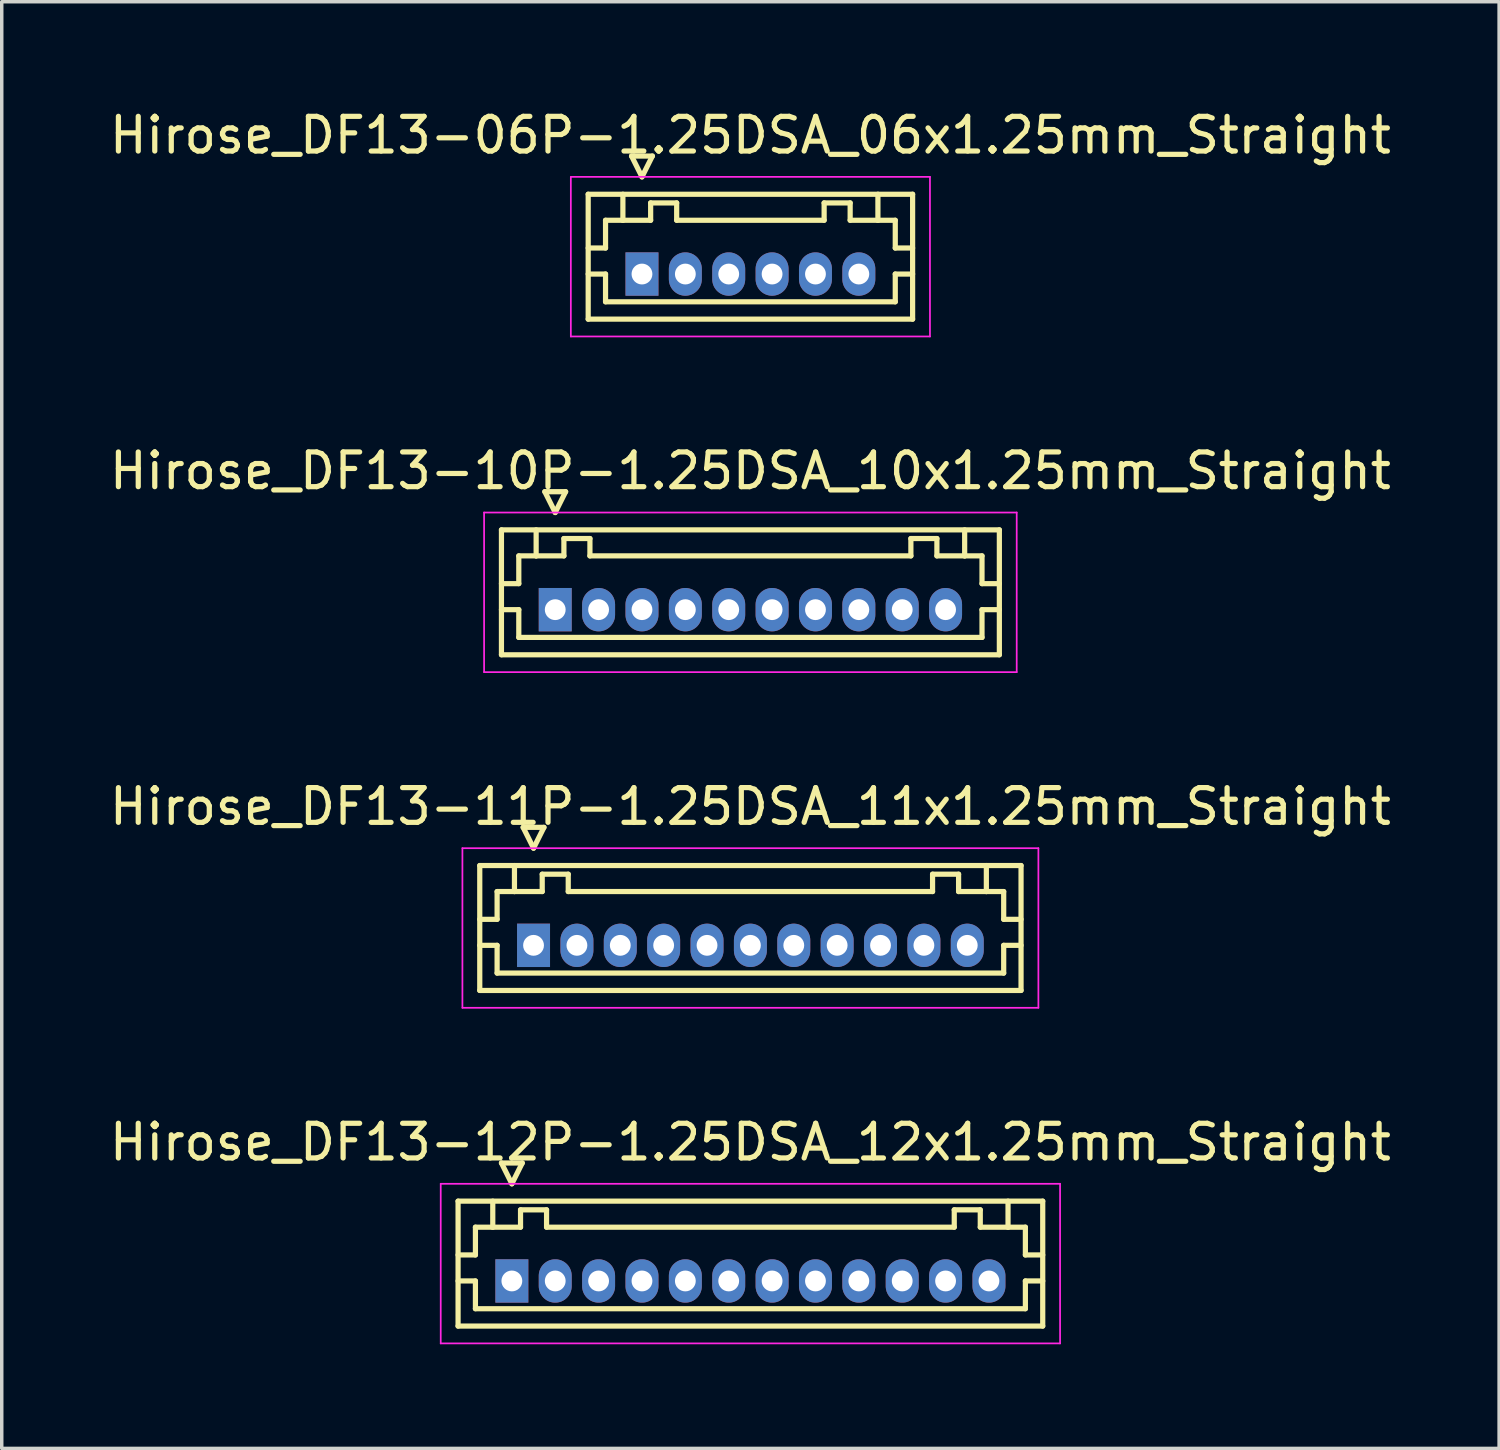
<source format=kicad_pcb>
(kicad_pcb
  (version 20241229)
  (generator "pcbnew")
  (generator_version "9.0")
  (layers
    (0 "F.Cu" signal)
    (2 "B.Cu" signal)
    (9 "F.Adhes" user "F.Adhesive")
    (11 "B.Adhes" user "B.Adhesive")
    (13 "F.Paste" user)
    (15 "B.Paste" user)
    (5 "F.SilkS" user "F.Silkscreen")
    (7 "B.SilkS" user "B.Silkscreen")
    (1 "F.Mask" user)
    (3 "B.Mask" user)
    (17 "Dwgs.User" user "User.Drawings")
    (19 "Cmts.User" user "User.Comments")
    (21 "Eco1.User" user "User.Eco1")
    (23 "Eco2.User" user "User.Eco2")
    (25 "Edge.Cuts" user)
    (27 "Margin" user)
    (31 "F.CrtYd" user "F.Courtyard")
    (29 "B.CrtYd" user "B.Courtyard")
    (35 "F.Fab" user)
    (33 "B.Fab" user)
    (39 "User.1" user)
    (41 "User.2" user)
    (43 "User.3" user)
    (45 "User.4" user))
  (footprint "Hirose_DF13-12P-1.25DSA_12x1.25mm_Straight"
    (layer "F.Cu")
    (at 11.702 33.868)
    (property "Reference" "Hirose_DF13-12P-1.25DSA_12x1.25mm_Straight" (at 6.875 -4 0) (layer "F.SilkS") (effects (font (size 1 1) (thickness 0.15))))
    (attr through_hole)
    (fp_line (start -1.55 -2.3) (end -1.55 1.3) (stroke (width 0.15) (type solid)) (layer "F.SilkS"))
    (fp_line (start -1.55 -0.75) (end -1.05 -0.75) (stroke (width 0.15) (type solid)) (layer "F.SilkS"))
    (fp_line (start -1.55 0) (end -1.05 0) (stroke (width 0.15) (type solid)) (layer "F.SilkS"))
    (fp_line (start -1.55 1.3) (end 15.3 1.3) (stroke (width 0.15) (type solid)) (layer "F.SilkS"))
    (fp_line (start -1.05 -1.55) (end -0.55 -1.55) (stroke (width 0.15) (type solid)) (layer "F.SilkS"))
    (fp_line (start -1.05 -0.75) (end -1.05 -1.55) (stroke (width 0.15) (type solid)) (layer "F.SilkS"))
    (fp_line (start -1.05 0) (end -1.05 0.8) (stroke (width 0.15) (type solid)) (layer "F.SilkS"))
    (fp_line (start -1.05 0.8) (end 14.8 0.8) (stroke (width 0.15) (type solid)) (layer "F.SilkS"))
    (fp_line (start -0.55 -1.55) (end -0.55 -2.3) (stroke (width 0.15) (type solid)) (layer "F.SilkS"))
    (fp_line (start -0.55 -1.55) (end 0.25 -1.55) (stroke (width 0.15) (type solid)) (layer "F.SilkS"))
    (fp_line (start -0.3 -3.4) (end 0.3 -3.4) (stroke (width 0.15) (type solid)) (layer "F.SilkS"))
    (fp_line (start 0 -2.8) (end -0.3 -3.4) (stroke (width 0.15) (type solid)) (layer "F.SilkS"))
    (fp_line (start 0.25 -2.05) (end 1 -2.05) (stroke (width 0.15) (type solid)) (layer "F.SilkS"))
    (fp_line (start 0.25 -1.55) (end 0.25 -2.05) (stroke (width 0.15) (type solid)) (layer "F.SilkS"))
    (fp_line (start 0.3 -3.4) (end 0 -2.8) (stroke (width 0.15) (type solid)) (layer "F.SilkS"))
    (fp_line (start 1 -2.05) (end 1 -1.55) (stroke (width 0.15) (type solid)) (layer "F.SilkS"))
    (fp_line (start 1 -1.55) (end 12.75 -1.55) (stroke (width 0.15) (type solid)) (layer "F.SilkS"))
    (fp_line (start 12.75 -2.05) (end 13.5 -2.05) (stroke (width 0.15) (type solid)) (layer "F.SilkS"))
    (fp_line (start 12.75 -1.55) (end 12.75 -2.05) (stroke (width 0.15) (type solid)) (layer "F.SilkS"))
    (fp_line (start 13.5 -2.05) (end 13.5 -1.55) (stroke (width 0.15) (type solid)) (layer "F.SilkS"))
    (fp_line (start 13.5 -1.55) (end 14.3 -1.55) (stroke (width 0.15) (type solid)) (layer "F.SilkS"))
    (fp_line (start 14.3 -1.55) (end 14.3 -2.3) (stroke (width 0.15) (type solid)) (layer "F.SilkS"))
    (fp_line (start 14.8 -1.55) (end 14.3 -1.55) (stroke (width 0.15) (type solid)) (layer "F.SilkS"))
    (fp_line (start 14.8 -0.75) (end 14.8 -1.55) (stroke (width 0.15) (type solid)) (layer "F.SilkS"))
    (fp_line (start 14.8 0) (end 15.3 0) (stroke (width 0.15) (type solid)) (layer "F.SilkS"))
    (fp_line (start 14.8 0.8) (end 14.8 0) (stroke (width 0.15) (type solid)) (layer "F.SilkS"))
    (fp_line (start 15.3 -2.3) (end -1.55 -2.3) (stroke (width 0.15) (type solid)) (layer "F.SilkS"))
    (fp_line (start 15.3 -0.75) (end 14.8 -0.75) (stroke (width 0.15) (type solid)) (layer "F.SilkS"))
    (fp_line (start 15.3 1.3) (end 15.3 -2.3) (stroke (width 0.15) (type solid)) (layer "F.SilkS"))
    (fp_line (start -2.05 -2.8) (end -2.05 1.8) (stroke (width 0.05) (type solid)) (layer "F.CrtYd"))
    (fp_line (start -2.05 1.8) (end 15.8 1.8) (stroke (width 0.05) (type solid)) (layer "F.CrtYd"))
    (fp_line (start 15.8 -2.8) (end -2.05 -2.8) (stroke (width 0.05) (type solid)) (layer "F.CrtYd"))
    (fp_line (start 15.8 1.8) (end 15.8 -2.8) (stroke (width 0.05) (type solid)) (layer "F.CrtYd"))
    (pad "1" thru_hole rect (at 0 0) (size 0.95 1.25) (drill 0.6) (layers "*.Cu" "*.Mask"))
    (pad "2" thru_hole oval (at 1.25 0) (size 0.95 1.25) (drill 0.6) (layers "*.Cu" "*.Mask"))
    (pad "3" thru_hole oval (at 2.5 0) (size 0.95 1.25) (drill 0.6) (layers "*.Cu" "*.Mask"))
    (pad "4" thru_hole oval (at 3.75 0) (size 0.95 1.25) (drill 0.6) (layers "*.Cu" "*.Mask"))
    (pad "5" thru_hole oval (at 5 0) (size 0.95 1.25) (drill 0.6) (layers "*.Cu" "*.Mask"))
    (pad "6" thru_hole oval (at 6.25 0) (size 0.95 1.25) (drill 0.6) (layers "*.Cu" "*.Mask"))
    (pad "7" thru_hole oval (at 7.5 0) (size 0.95 1.25) (drill 0.6) (layers "*.Cu" "*.Mask"))
    (pad "8" thru_hole oval (at 8.75 0) (size 0.95 1.25) (drill 0.6) (layers "*.Cu" "*.Mask"))
    (pad "9" thru_hole oval (at 10 0) (size 0.95 1.25) (drill 0.6) (layers "*.Cu" "*.Mask"))
    (pad "10" thru_hole oval (at 11.25 0) (size 0.95 1.25) (drill 0.6) (layers "*.Cu" "*.Mask"))
    (pad "11" thru_hole oval (at 12.5 0) (size 0.95 1.25) (drill 0.6) (layers "*.Cu" "*.Mask"))
    (pad "12" thru_hole oval (at 13.75 0) (size 0.95 1.25) (drill 0.6) (layers "*.Cu" "*.Mask")))
  (footprint "Hirose_DF13-06P-1.25DSA_06x1.25mm_Straight"
    (layer "F.Cu")
    (at 15.452 4.848)
    (property "Reference" "Hirose_DF13-06P-1.25DSA_06x1.25mm_Straight" (at 3.125 -4 0) (layer "F.SilkS") (effects (font (size 1 1) (thickness 0.15))))
    (attr through_hole)
    (fp_line (start -1.55 -2.3) (end -1.55 1.3) (stroke (width 0.15) (type solid)) (layer "F.SilkS"))
    (fp_line (start -1.55 -0.75) (end -1.05 -0.75) (stroke (width 0.15) (type solid)) (layer "F.SilkS"))
    (fp_line (start -1.55 0) (end -1.05 0) (stroke (width 0.15) (type solid)) (layer "F.SilkS"))
    (fp_line (start -1.55 1.3) (end 7.8 1.3) (stroke (width 0.15) (type solid)) (layer "F.SilkS"))
    (fp_line (start -1.05 -1.55) (end -0.55 -1.55) (stroke (width 0.15) (type solid)) (layer "F.SilkS"))
    (fp_line (start -1.05 -0.75) (end -1.05 -1.55) (stroke (width 0.15) (type solid)) (layer "F.SilkS"))
    (fp_line (start -1.05 0) (end -1.05 0.8) (stroke (width 0.15) (type solid)) (layer "F.SilkS"))
    (fp_line (start -1.05 0.8) (end 7.3 0.8) (stroke (width 0.15) (type solid)) (layer "F.SilkS"))
    (fp_line (start -0.55 -1.55) (end -0.55 -2.3) (stroke (width 0.15) (type solid)) (layer "F.SilkS"))
    (fp_line (start -0.55 -1.55) (end 0.25 -1.55) (stroke (width 0.15) (type solid)) (layer "F.SilkS"))
    (fp_line (start -0.3 -3.4) (end 0.3 -3.4) (stroke (width 0.15) (type solid)) (layer "F.SilkS"))
    (fp_line (start 0 -2.8) (end -0.3 -3.4) (stroke (width 0.15) (type solid)) (layer "F.SilkS"))
    (fp_line (start 0.25 -2.05) (end 1 -2.05) (stroke (width 0.15) (type solid)) (layer "F.SilkS"))
    (fp_line (start 0.25 -1.55) (end 0.25 -2.05) (stroke (width 0.15) (type solid)) (layer "F.SilkS"))
    (fp_line (start 0.3 -3.4) (end 0 -2.8) (stroke (width 0.15) (type solid)) (layer "F.SilkS"))
    (fp_line (start 1 -2.05) (end 1 -1.55) (stroke (width 0.15) (type solid)) (layer "F.SilkS"))
    (fp_line (start 1 -1.55) (end 5.25 -1.55) (stroke (width 0.15) (type solid)) (layer "F.SilkS"))
    (fp_line (start 5.25 -2.05) (end 6 -2.05) (stroke (width 0.15) (type solid)) (layer "F.SilkS"))
    (fp_line (start 5.25 -1.55) (end 5.25 -2.05) (stroke (width 0.15) (type solid)) (layer "F.SilkS"))
    (fp_line (start 6 -2.05) (end 6 -1.55) (stroke (width 0.15) (type solid)) (layer "F.SilkS"))
    (fp_line (start 6 -1.55) (end 6.8 -1.55) (stroke (width 0.15) (type solid)) (layer "F.SilkS"))
    (fp_line (start 6.8 -1.55) (end 6.8 -2.3) (stroke (width 0.15) (type solid)) (layer "F.SilkS"))
    (fp_line (start 7.3 -1.55) (end 6.8 -1.55) (stroke (width 0.15) (type solid)) (layer "F.SilkS"))
    (fp_line (start 7.3 -0.75) (end 7.3 -1.55) (stroke (width 0.15) (type solid)) (layer "F.SilkS"))
    (fp_line (start 7.3 0) (end 7.8 0) (stroke (width 0.15) (type solid)) (layer "F.SilkS"))
    (fp_line (start 7.3 0.8) (end 7.3 0) (stroke (width 0.15) (type solid)) (layer "F.SilkS"))
    (fp_line (start 7.8 -2.3) (end -1.55 -2.3) (stroke (width 0.15) (type solid)) (layer "F.SilkS"))
    (fp_line (start 7.8 -0.75) (end 7.3 -0.75) (stroke (width 0.15) (type solid)) (layer "F.SilkS"))
    (fp_line (start 7.8 1.3) (end 7.8 -2.3) (stroke (width 0.15) (type solid)) (layer "F.SilkS"))
    (fp_line (start -2.05 -2.8) (end -2.05 1.8) (stroke (width 0.05) (type solid)) (layer "F.CrtYd"))
    (fp_line (start -2.05 1.8) (end 8.3 1.8) (stroke (width 0.05) (type solid)) (layer "F.CrtYd"))
    (fp_line (start 8.3 -2.8) (end -2.05 -2.8) (stroke (width 0.05) (type solid)) (layer "F.CrtYd"))
    (fp_line (start 8.3 1.8) (end 8.3 -2.8) (stroke (width 0.05) (type solid)) (layer "F.CrtYd"))
    (pad "1" thru_hole rect (at 0 0) (size 0.95 1.25) (drill 0.6) (layers "*.Cu" "*.Mask"))
    (pad "2" thru_hole oval (at 1.25 0) (size 0.95 1.25) (drill 0.6) (layers "*.Cu" "*.Mask"))
    (pad "3" thru_hole oval (at 2.5 0) (size 0.95 1.25) (drill 0.6) (layers "*.Cu" "*.Mask"))
    (pad "4" thru_hole oval (at 3.75 0) (size 0.95 1.25) (drill 0.6) (layers "*.Cu" "*.Mask"))
    (pad "5" thru_hole oval (at 5 0) (size 0.95 1.25) (drill 0.6) (layers "*.Cu" "*.Mask"))
    (pad "6" thru_hole oval (at 6.25 0) (size 0.95 1.25) (drill 0.6) (layers "*.Cu" "*.Mask")))
  (footprint "Hirose_DF13-10P-1.25DSA_10x1.25mm_Straight"
    (layer "F.Cu")
    (at 12.952 14.521)
    (property "Reference" "Hirose_DF13-10P-1.25DSA_10x1.25mm_Straight" (at 5.625 -4 0) (layer "F.SilkS") (effects (font (size 1 1) (thickness 0.15))))
    (attr through_hole)
    (fp_line (start -1.55 -2.3) (end -1.55 1.3) (stroke (width 0.15) (type solid)) (layer "F.SilkS"))
    (fp_line (start -1.55 -0.75) (end -1.05 -0.75) (stroke (width 0.15) (type solid)) (layer "F.SilkS"))
    (fp_line (start -1.55 0) (end -1.05 0) (stroke (width 0.15) (type solid)) (layer "F.SilkS"))
    (fp_line (start -1.55 1.3) (end 12.8 1.3) (stroke (width 0.15) (type solid)) (layer "F.SilkS"))
    (fp_line (start -1.05 -1.55) (end -0.55 -1.55) (stroke (width 0.15) (type solid)) (layer "F.SilkS"))
    (fp_line (start -1.05 -0.75) (end -1.05 -1.55) (stroke (width 0.15) (type solid)) (layer "F.SilkS"))
    (fp_line (start -1.05 0) (end -1.05 0.8) (stroke (width 0.15) (type solid)) (layer "F.SilkS"))
    (fp_line (start -1.05 0.8) (end 12.3 0.8) (stroke (width 0.15) (type solid)) (layer "F.SilkS"))
    (fp_line (start -0.55 -1.55) (end -0.55 -2.3) (stroke (width 0.15) (type solid)) (layer "F.SilkS"))
    (fp_line (start -0.55 -1.55) (end 0.25 -1.55) (stroke (width 0.15) (type solid)) (layer "F.SilkS"))
    (fp_line (start -0.3 -3.4) (end 0.3 -3.4) (stroke (width 0.15) (type solid)) (layer "F.SilkS"))
    (fp_line (start 0 -2.8) (end -0.3 -3.4) (stroke (width 0.15) (type solid)) (layer "F.SilkS"))
    (fp_line (start 0.25 -2.05) (end 1 -2.05) (stroke (width 0.15) (type solid)) (layer "F.SilkS"))
    (fp_line (start 0.25 -1.55) (end 0.25 -2.05) (stroke (width 0.15) (type solid)) (layer "F.SilkS"))
    (fp_line (start 0.3 -3.4) (end 0 -2.8) (stroke (width 0.15) (type solid)) (layer "F.SilkS"))
    (fp_line (start 1 -2.05) (end 1 -1.55) (stroke (width 0.15) (type solid)) (layer "F.SilkS"))
    (fp_line (start 1 -1.55) (end 10.25 -1.55) (stroke (width 0.15) (type solid)) (layer "F.SilkS"))
    (fp_line (start 10.25 -2.05) (end 11 -2.05) (stroke (width 0.15) (type solid)) (layer "F.SilkS"))
    (fp_line (start 10.25 -1.55) (end 10.25 -2.05) (stroke (width 0.15) (type solid)) (layer "F.SilkS"))
    (fp_line (start 11 -2.05) (end 11 -1.55) (stroke (width 0.15) (type solid)) (layer "F.SilkS"))
    (fp_line (start 11 -1.55) (end 11.8 -1.55) (stroke (width 0.15) (type solid)) (layer "F.SilkS"))
    (fp_line (start 11.8 -1.55) (end 11.8 -2.3) (stroke (width 0.15) (type solid)) (layer "F.SilkS"))
    (fp_line (start 12.3 -1.55) (end 11.8 -1.55) (stroke (width 0.15) (type solid)) (layer "F.SilkS"))
    (fp_line (start 12.3 -0.75) (end 12.3 -1.55) (stroke (width 0.15) (type solid)) (layer "F.SilkS"))
    (fp_line (start 12.3 0) (end 12.8 0) (stroke (width 0.15) (type solid)) (layer "F.SilkS"))
    (fp_line (start 12.3 0.8) (end 12.3 0) (stroke (width 0.15) (type solid)) (layer "F.SilkS"))
    (fp_line (start 12.8 -2.3) (end -1.55 -2.3) (stroke (width 0.15) (type solid)) (layer "F.SilkS"))
    (fp_line (start 12.8 -0.75) (end 12.3 -0.75) (stroke (width 0.15) (type solid)) (layer "F.SilkS"))
    (fp_line (start 12.8 1.3) (end 12.8 -2.3) (stroke (width 0.15) (type solid)) (layer "F.SilkS"))
    (fp_line (start -2.05 -2.8) (end -2.05 1.8) (stroke (width 0.05) (type solid)) (layer "F.CrtYd"))
    (fp_line (start -2.05 1.8) (end 13.3 1.8) (stroke (width 0.05) (type solid)) (layer "F.CrtYd"))
    (fp_line (start 13.3 -2.8) (end -2.05 -2.8) (stroke (width 0.05) (type solid)) (layer "F.CrtYd"))
    (fp_line (start 13.3 1.8) (end 13.3 -2.8) (stroke (width 0.05) (type solid)) (layer "F.CrtYd"))
    (pad "1" thru_hole rect (at 0 0) (size 0.95 1.25) (drill 0.6) (layers "*.Cu" "*.Mask"))
    (pad "2" thru_hole oval (at 1.25 0) (size 0.95 1.25) (drill 0.6) (layers "*.Cu" "*.Mask"))
    (pad "3" thru_hole oval (at 2.5 0) (size 0.95 1.25) (drill 0.6) (layers "*.Cu" "*.Mask"))
    (pad "4" thru_hole oval (at 3.75 0) (size 0.95 1.25) (drill 0.6) (layers "*.Cu" "*.Mask"))
    (pad "5" thru_hole oval (at 5 0) (size 0.95 1.25) (drill 0.6) (layers "*.Cu" "*.Mask"))
    (pad "6" thru_hole oval (at 6.25 0) (size 0.95 1.25) (drill 0.6) (layers "*.Cu" "*.Mask"))
    (pad "7" thru_hole oval (at 7.5 0) (size 0.95 1.25) (drill 0.6) (layers "*.Cu" "*.Mask"))
    (pad "8" thru_hole oval (at 8.75 0) (size 0.95 1.25) (drill 0.6) (layers "*.Cu" "*.Mask"))
    (pad "9" thru_hole oval (at 10 0) (size 0.95 1.25) (drill 0.6) (layers "*.Cu" "*.Mask"))
    (pad "10" thru_hole oval (at 11.25 0) (size 0.95 1.25) (drill 0.6) (layers "*.Cu" "*.Mask")))
  (footprint "Hirose_DF13-11P-1.25DSA_11x1.25mm_Straight"
    (layer "F.Cu")
    (at 12.327 24.195)
    (property "Reference" "Hirose_DF13-11P-1.25DSA_11x1.25mm_Straight" (at 6.25 -4 0) (layer "F.SilkS") (effects (font (size 1 1) (thickness 0.15))))
    (attr through_hole)
    (fp_line (start -1.55 -2.3) (end -1.55 1.3) (stroke (width 0.15) (type solid)) (layer "F.SilkS"))
    (fp_line (start -1.55 -0.75) (end -1.05 -0.75) (stroke (width 0.15) (type solid)) (layer "F.SilkS"))
    (fp_line (start -1.55 0) (end -1.05 0) (stroke (width 0.15) (type solid)) (layer "F.SilkS"))
    (fp_line (start -1.55 1.3) (end 14.05 1.3) (stroke (width 0.15) (type solid)) (layer "F.SilkS"))
    (fp_line (start -1.05 -1.55) (end -0.55 -1.55) (stroke (width 0.15) (type solid)) (layer "F.SilkS"))
    (fp_line (start -1.05 -0.75) (end -1.05 -1.55) (stroke (width 0.15) (type solid)) (layer "F.SilkS"))
    (fp_line (start -1.05 0) (end -1.05 0.8) (stroke (width 0.15) (type solid)) (layer "F.SilkS"))
    (fp_line (start -1.05 0.8) (end 13.55 0.8) (stroke (width 0.15) (type solid)) (layer "F.SilkS"))
    (fp_line (start -0.55 -1.55) (end -0.55 -2.3) (stroke (width 0.15) (type solid)) (layer "F.SilkS"))
    (fp_line (start -0.55 -1.55) (end 0.25 -1.55) (stroke (width 0.15) (type solid)) (layer "F.SilkS"))
    (fp_line (start -0.3 -3.4) (end 0.3 -3.4) (stroke (width 0.15) (type solid)) (layer "F.SilkS"))
    (fp_line (start 0 -2.8) (end -0.3 -3.4) (stroke (width 0.15) (type solid)) (layer "F.SilkS"))
    (fp_line (start 0.25 -2.05) (end 1 -2.05) (stroke (width 0.15) (type solid)) (layer "F.SilkS"))
    (fp_line (start 0.25 -1.55) (end 0.25 -2.05) (stroke (width 0.15) (type solid)) (layer "F.SilkS"))
    (fp_line (start 0.3 -3.4) (end 0 -2.8) (stroke (width 0.15) (type solid)) (layer "F.SilkS"))
    (fp_line (start 1 -2.05) (end 1 -1.55) (stroke (width 0.15) (type solid)) (layer "F.SilkS"))
    (fp_line (start 1 -1.55) (end 11.5 -1.55) (stroke (width 0.15) (type solid)) (layer "F.SilkS"))
    (fp_line (start 11.5 -2.05) (end 12.25 -2.05) (stroke (width 0.15) (type solid)) (layer "F.SilkS"))
    (fp_line (start 11.5 -1.55) (end 11.5 -2.05) (stroke (width 0.15) (type solid)) (layer "F.SilkS"))
    (fp_line (start 12.25 -2.05) (end 12.25 -1.55) (stroke (width 0.15) (type solid)) (layer "F.SilkS"))
    (fp_line (start 12.25 -1.55) (end 13.05 -1.55) (stroke (width 0.15) (type solid)) (layer "F.SilkS"))
    (fp_line (start 13.05 -1.55) (end 13.05 -2.3) (stroke (width 0.15) (type solid)) (layer "F.SilkS"))
    (fp_line (start 13.55 -1.55) (end 13.05 -1.55) (stroke (width 0.15) (type solid)) (layer "F.SilkS"))
    (fp_line (start 13.55 -0.75) (end 13.55 -1.55) (stroke (width 0.15) (type solid)) (layer "F.SilkS"))
    (fp_line (start 13.55 0) (end 14.05 0) (stroke (width 0.15) (type solid)) (layer "F.SilkS"))
    (fp_line (start 13.55 0.8) (end 13.55 0) (stroke (width 0.15) (type solid)) (layer "F.SilkS"))
    (fp_line (start 14.05 -2.3) (end -1.55 -2.3) (stroke (width 0.15) (type solid)) (layer "F.SilkS"))
    (fp_line (start 14.05 -0.75) (end 13.55 -0.75) (stroke (width 0.15) (type solid)) (layer "F.SilkS"))
    (fp_line (start 14.05 1.3) (end 14.05 -2.3) (stroke (width 0.15) (type solid)) (layer "F.SilkS"))
    (fp_line (start -2.05 -2.8) (end -2.05 1.8) (stroke (width 0.05) (type solid)) (layer "F.CrtYd"))
    (fp_line (start -2.05 1.8) (end 14.55 1.8) (stroke (width 0.05) (type solid)) (layer "F.CrtYd"))
    (fp_line (start 14.55 -2.8) (end -2.05 -2.8) (stroke (width 0.05) (type solid)) (layer "F.CrtYd"))
    (fp_line (start 14.55 1.8) (end 14.55 -2.8) (stroke (width 0.05) (type solid)) (layer "F.CrtYd"))
    (pad "1" thru_hole rect (at 0 0) (size 0.95 1.25) (drill 0.6) (layers "*.Cu" "*.Mask"))
    (pad "2" thru_hole oval (at 1.25 0) (size 0.95 1.25) (drill 0.6) (layers "*.Cu" "*.Mask"))
    (pad "3" thru_hole oval (at 2.5 0) (size 0.95 1.25) (drill 0.6) (layers "*.Cu" "*.Mask"))
    (pad "4" thru_hole oval (at 3.75 0) (size 0.95 1.25) (drill 0.6) (layers "*.Cu" "*.Mask"))
    (pad "5" thru_hole oval (at 5 0) (size 0.95 1.25) (drill 0.6) (layers "*.Cu" "*.Mask"))
    (pad "6" thru_hole oval (at 6.25 0) (size 0.95 1.25) (drill 0.6) (layers "*.Cu" "*.Mask"))
    (pad "7" thru_hole oval (at 7.5 0) (size 0.95 1.25) (drill 0.6) (layers "*.Cu" "*.Mask"))
    (pad "8" thru_hole oval (at 8.75 0) (size 0.95 1.25) (drill 0.6) (layers "*.Cu" "*.Mask"))
    (pad "9" thru_hole oval (at 10 0) (size 0.95 1.25) (drill 0.6) (layers "*.Cu" "*.Mask"))
    (pad "10" thru_hole oval (at 11.25 0) (size 0.95 1.25) (drill 0.6) (layers "*.Cu" "*.Mask"))
    (pad "11" thru_hole oval (at 12.5 0) (size 0.95 1.25) (drill 0.6) (layers "*.Cu" "*.Mask")))
  (gr_rect
    (start -3 -3)
    (end 40.155 38.693)
    (stroke (width 0.1) (type default))
    (fill no)
    (layer "Edge.Cuts")))
</source>
